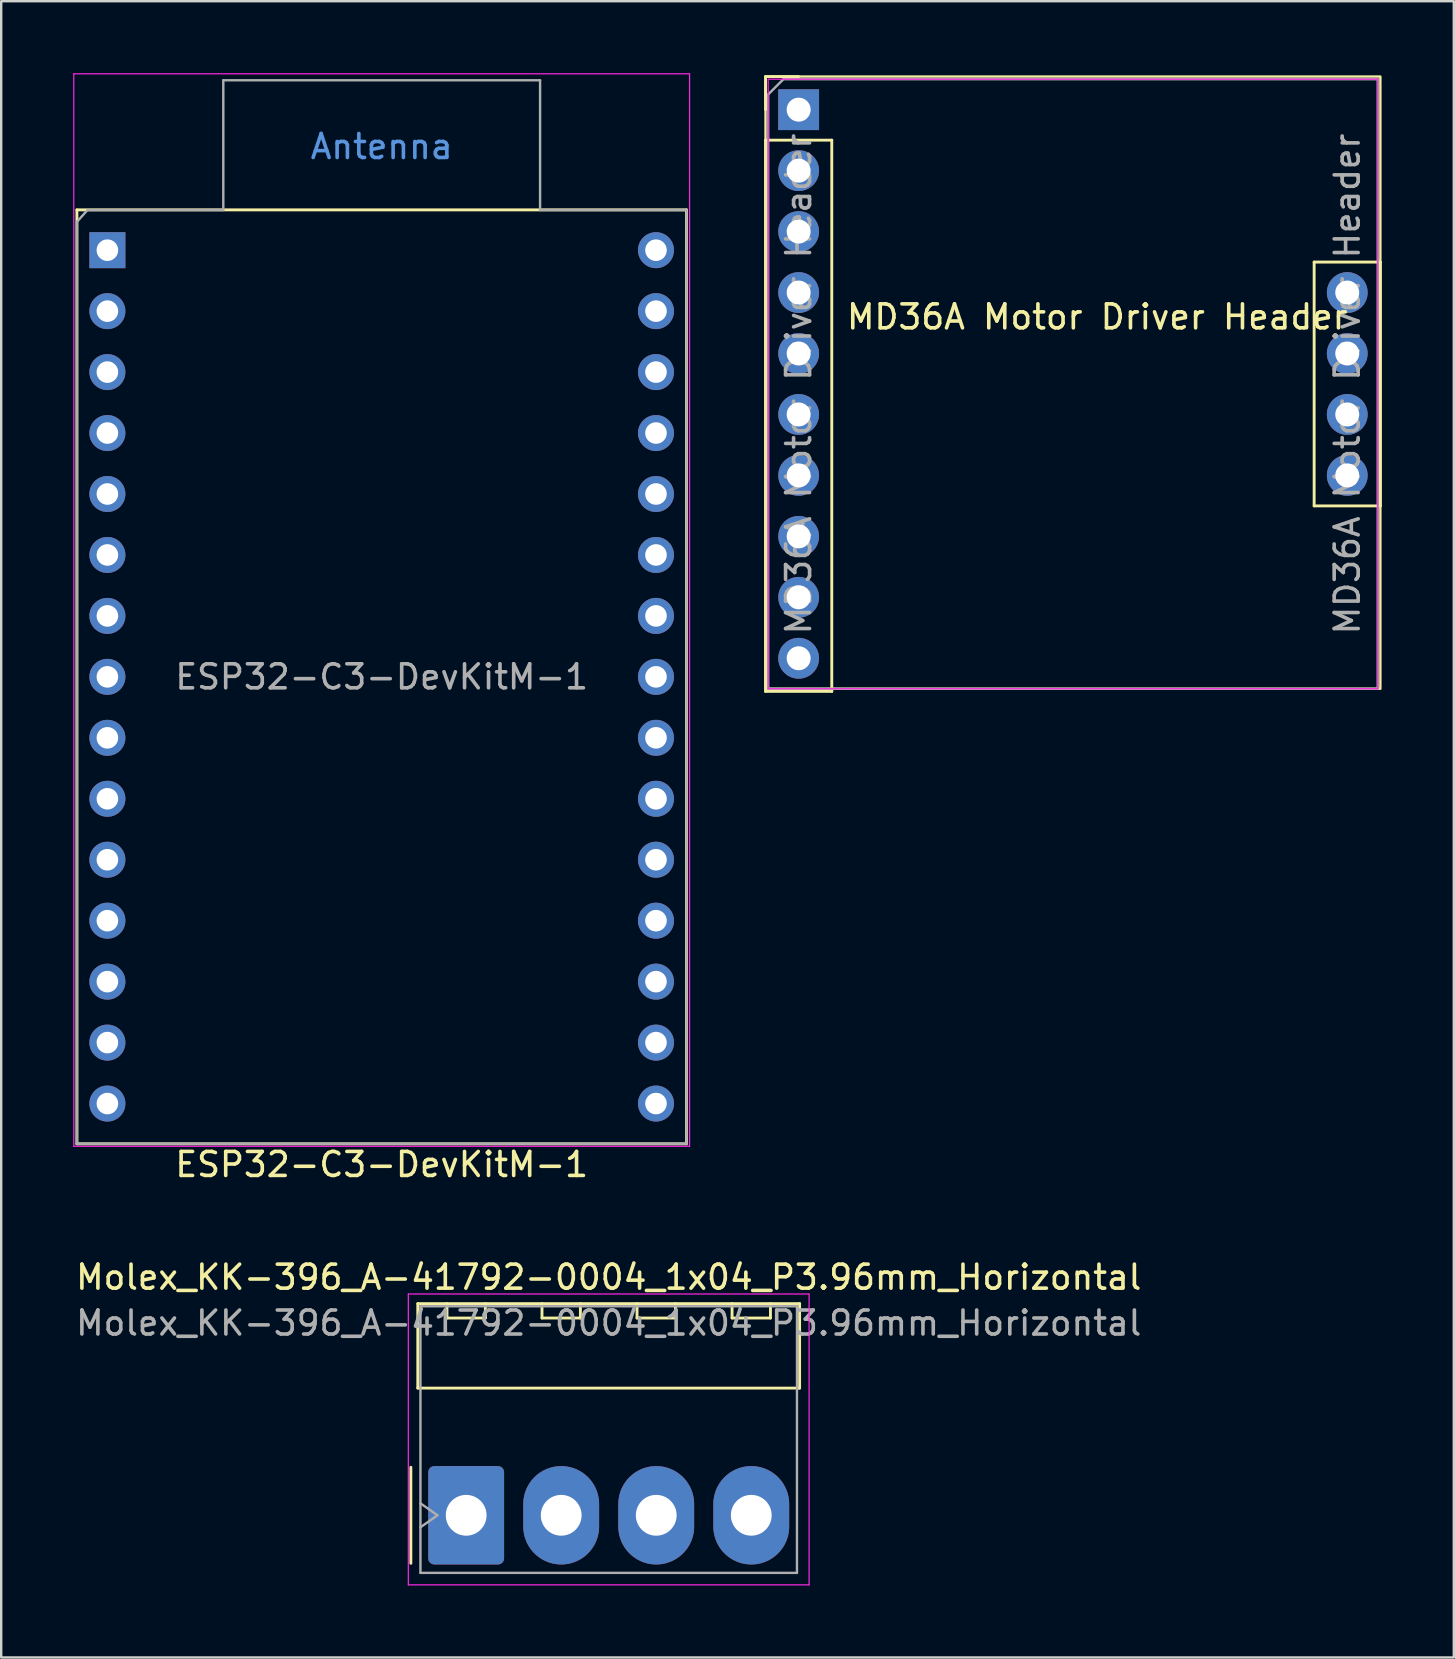
<source format=kicad_pcb>
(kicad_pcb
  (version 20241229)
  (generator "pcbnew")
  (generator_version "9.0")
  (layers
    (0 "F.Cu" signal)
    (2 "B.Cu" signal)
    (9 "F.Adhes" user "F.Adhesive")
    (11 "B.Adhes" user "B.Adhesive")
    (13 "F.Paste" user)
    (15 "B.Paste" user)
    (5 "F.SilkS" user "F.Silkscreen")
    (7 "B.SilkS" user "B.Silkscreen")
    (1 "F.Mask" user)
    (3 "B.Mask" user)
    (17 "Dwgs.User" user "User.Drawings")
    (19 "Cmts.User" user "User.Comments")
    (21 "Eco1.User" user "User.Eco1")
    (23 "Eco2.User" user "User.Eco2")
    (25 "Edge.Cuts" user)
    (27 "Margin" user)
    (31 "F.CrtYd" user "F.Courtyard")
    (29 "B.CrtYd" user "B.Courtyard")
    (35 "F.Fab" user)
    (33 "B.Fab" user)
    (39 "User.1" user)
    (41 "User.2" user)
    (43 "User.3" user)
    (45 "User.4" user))
  (footprint "Molex_KK-396_A-41792-0004_1x04_P3.96mm_Horizontal"
    (layer "F.Cu")
    (at 16.375 60.092)
    (property "Reference" "Molex_KK-396_A-41792-0004_1x04_P3.96mm_Horizontal" (at 5.94 -9.92 180) (layer "F.SilkS") (effects (font (size 1 1) (thickness 0.15))))
    (attr through_hole)
    (fp_line (start -2.305 -2) (end -2.305 2) (stroke (width 0.12) (type solid)) (layer "F.SilkS"))
    (fp_line (start -2.015 -8.82) (end 13.895 -8.82) (stroke (width 0.12) (type solid)) (layer "F.SilkS"))
    (fp_line (start -2.015 -5.3) (end -2.015 -8.82) (stroke (width 0.12) (type solid)) (layer "F.SilkS"))
    (fp_line (start -0.8 -8.82) (end -0.8 -8.22) (stroke (width 0.12) (type solid)) (layer "F.SilkS"))
    (fp_line (start -0.8 -8.22) (end 0.8 -8.22) (stroke (width 0.12) (type solid)) (layer "F.SilkS"))
    (fp_line (start 0.8 -8.22) (end 0.8 -8.82) (stroke (width 0.12) (type solid)) (layer "F.SilkS"))
    (fp_line (start 3.16 -8.82) (end 3.16 -8.22) (stroke (width 0.12) (type solid)) (layer "F.SilkS"))
    (fp_line (start 3.16 -8.22) (end 4.76 -8.22) (stroke (width 0.12) (type solid)) (layer "F.SilkS"))
    (fp_line (start 4.76 -8.22) (end 4.76 -8.82) (stroke (width 0.12) (type solid)) (layer "F.SilkS"))
    (fp_line (start 7.12 -8.82) (end 7.12 -8.22) (stroke (width 0.12) (type solid)) (layer "F.SilkS"))
    (fp_line (start 7.12 -8.22) (end 8.72 -8.22) (stroke (width 0.12) (type solid)) (layer "F.SilkS"))
    (fp_line (start 8.72 -8.22) (end 8.72 -8.82) (stroke (width 0.12) (type solid)) (layer "F.SilkS"))
    (fp_line (start 11.08 -8.82) (end 11.08 -8.22) (stroke (width 0.12) (type solid)) (layer "F.SilkS"))
    (fp_line (start 11.08 -8.22) (end 12.68 -8.22) (stroke (width 0.12) (type solid)) (layer "F.SilkS"))
    (fp_line (start 12.68 -8.22) (end 12.68 -8.82) (stroke (width 0.12) (type solid)) (layer "F.SilkS"))
    (fp_line (start 13.895 -8.82) (end 13.895 -5.3) (stroke (width 0.12) (type solid)) (layer "F.SilkS"))
    (fp_line (start 13.895 -5.3) (end -2.015 -5.3) (stroke (width 0.12) (type solid)) (layer "F.SilkS"))
    (fp_line (start -2.41 -9.22) (end -2.41 2.9) (stroke (width 0.05) (type solid)) (layer "F.CrtYd"))
    (fp_line (start -2.41 2.9) (end 14.29 2.9) (stroke (width 0.05) (type solid)) (layer "F.CrtYd"))
    (fp_line (start 14.29 -9.22) (end -2.41 -9.22) (stroke (width 0.05) (type solid)) (layer "F.CrtYd"))
    (fp_line (start 14.29 2.9) (end 14.29 -9.22) (stroke (width 0.05) (type solid)) (layer "F.CrtYd"))
    (fp_line (start -1.905 -8.71) (end 13.785 -8.71) (stroke (width 0.1) (type solid)) (layer "F.Fab"))
    (fp_line (start -1.905 -0.5) (end -1.198 0) (stroke (width 0.1) (type solid)) (layer "F.Fab"))
    (fp_line (start -1.905 2.4) (end -1.905 -8.71) (stroke (width 0.1) (type solid)) (layer "F.Fab"))
    (fp_line (start -1.198 0) (end -1.905 0.5) (stroke (width 0.1) (type solid)) (layer "F.Fab"))
    (fp_line (start 13.785 -8.71) (end 13.785 2.4) (stroke (width 0.1) (type solid)) (layer "F.Fab"))
    (fp_line (start 13.785 2.4) (end -1.905 2.4) (stroke (width 0.1) (type solid)) (layer "F.Fab"))
    (fp_text user "${REFERENCE}" (at 5.94 -8.01 180) (layer "F.Fab") (effects (font (size 1 1) (thickness 0.15))))
    (pad "1" thru_hole roundrect (at 0 0) (size 3.16 4.1) (drill 1.7) (layers "*.Cu" "*.Mask") (roundrect_rratio 0.079))
    (pad "2" thru_hole oval (at 3.96 0) (size 3.16 4.1) (drill 1.7) (layers "*.Cu" "*.Mask"))
    (pad "3" thru_hole oval (at 7.92 0) (size 3.16 4.1) (drill 1.7) (layers "*.Cu" "*.Mask"))
    (pad "4" thru_hole oval (at 11.88 0) (size 3.16 4.1) (drill 1.7) (layers "*.Cu" "*.Mask")))
  (footprint "ESP32-C3-DevKitM-1"
    (layer "F.Cu")
    (at 1.425 7.375)
    (property "Reference" "ESP32-C3-DevKitM-1" (at 11.43 38.1 0) (unlocked yes) (layer "F.SilkS") (effects (font (size 1 1) (thickness 0.15))))
    (attr through_hole)
    (fp_line (start -1.27 -1.68) (end 24.13 -1.68) (stroke (width 0.12) (type solid)) (layer "F.SilkS"))
    (fp_line (start -1.27 37.24) (end -1.27 -1.68) (stroke (width 0.12) (type solid)) (layer "F.SilkS"))
    (fp_line (start 24.13 -1.68) (end 24.13 37.24) (stroke (width 0.12) (type solid)) (layer "F.SilkS"))
    (fp_line (start 24.13 37.24) (end -1.27 37.24) (stroke (width 0.12) (type solid)) (layer "F.SilkS"))
    (fp_line (start -1.4 -7.35) (end -1.4 37.34) (stroke (width 0.05) (type solid)) (layer "F.CrtYd"))
    (fp_line (start -1.4 37.34) (end 24.26 37.34) (stroke (width 0.05) (type solid)) (layer "F.CrtYd"))
    (fp_line (start 24.26 -7.35) (end -1.4 -7.35) (stroke (width 0.05) (type solid)) (layer "F.CrtYd"))
    (fp_line (start 24.26 37.34) (end 24.26 -7.35) (stroke (width 0.05) (type solid)) (layer "F.CrtYd"))
    (fp_line (start -1.27 -1.18) (end -1.27 37.235) (stroke (width 0.1) (type solid)) (layer "F.Fab"))
    (fp_line (start -1.27 -1.18) (end -0.83 -1.675) (stroke (width 0.1) (type solid)) (layer "F.Fab"))
    (fp_line (start -1.27 37.235) (end 24.13 37.235) (stroke (width 0.1) (type solid)) (layer "F.Fab"))
    (fp_line (start 4.83 -7.08) (end 18.03 -7.08) (stroke (width 0.1) (type solid)) (layer "F.Fab"))
    (fp_line (start 4.83 -1.675) (end -0.83 -1.675) (stroke (width 0.1) (type solid)) (layer "F.Fab"))
    (fp_line (start 4.83 -1.675) (end 4.83 -7.08) (stroke (width 0.1) (type solid)) (layer "F.Fab"))
    (fp_line (start 18.03 -7.08) (end 18.03 -1.675) (stroke (width 0.1) (type solid)) (layer "F.Fab"))
    (fp_line (start 18.03 -1.675) (end 24.13 -1.675) (stroke (width 0.1) (type solid)) (layer "F.Fab"))
    (fp_line (start 24.13 37.235) (end 24.13 -1.675) (stroke (width 0.1) (type solid)) (layer "F.Fab"))
    (fp_text user "Antenna" (at 11.43 -4.318 0) (unlocked yes) (layer "Cmts.User") (effects (font (size 1 1) (thickness 0.15))))
    (fp_text user "${REFERENCE}" (at 11.43 17.78 0) (unlocked yes) (layer "F.Fab") (effects (font (size 1 1) (thickness 0.15))))
    (pad "1" thru_hole rect (at 0 0) (size 1.5 1.5) (drill 0.9) (layers "*.Cu" "*.Mask") (remove_unused_layers yes) (keep_end_layers yes) (zone_layer_connections))
    (pad "2" thru_hole circle (at 0 2.54) (size 1.5 1.5) (drill 0.9) (layers "*.Cu" "*.Mask") (remove_unused_layers yes) (keep_end_layers yes) (zone_layer_connections))
    (pad "3" thru_hole circle (at 0 5.08) (size 1.5 1.5) (drill 0.9) (layers "*.Cu" "*.Mask") (remove_unused_layers yes) (keep_end_layers yes) (zone_layer_connections))
    (pad "4" thru_hole circle (at 0 7.62) (size 1.5 1.5) (drill 0.9) (layers "*.Cu" "*.Mask") (remove_unused_layers yes) (keep_end_layers yes) (zone_layer_connections))
    (pad "5" thru_hole circle (at 0 10.16) (size 1.5 1.5) (drill 0.9) (layers "*.Cu" "*.Mask") (remove_unused_layers yes) (keep_end_layers yes) (zone_layer_connections))
    (pad "6" thru_hole circle (at 0 12.7) (size 1.5 1.5) (drill 0.9) (layers "*.Cu" "*.Mask") (remove_unused_layers yes) (keep_end_layers yes) (zone_layer_connections))
    (pad "7" thru_hole circle (at 0 15.24) (size 1.5 1.5) (drill 0.9) (layers "*.Cu" "*.Mask") (remove_unused_layers yes) (keep_end_layers yes) (zone_layer_connections))
    (pad "8" thru_hole circle (at 0 17.78) (size 1.5 1.5) (drill 0.9) (layers "*.Cu" "*.Mask") (remove_unused_layers yes) (keep_end_layers yes) (zone_layer_connections))
    (pad "9" thru_hole circle (at 0 20.32) (size 1.5 1.5) (drill 0.9) (layers "*.Cu" "*.Mask") (remove_unused_layers yes) (keep_end_layers yes) (zone_layer_connections))
    (pad "10" thru_hole circle (at 0 22.86) (size 1.5 1.5) (drill 0.9) (layers "*.Cu" "*.Mask") (remove_unused_layers yes) (keep_end_layers yes) (zone_layer_connections))
    (pad "11" thru_hole circle (at 0 25.4) (size 1.5 1.5) (drill 0.9) (layers "*.Cu" "*.Mask") (remove_unused_layers yes) (keep_end_layers yes) (zone_layer_connections))
    (pad "12" thru_hole circle (at 0 27.94) (size 1.5 1.5) (drill 0.9) (layers "*.Cu" "*.Mask") (remove_unused_layers yes) (keep_end_layers yes) (zone_layer_connections))
    (pad "13" thru_hole circle (at 0 30.48) (size 1.5 1.5) (drill 0.9) (layers "*.Cu" "*.Mask") (remove_unused_layers yes) (keep_end_layers yes) (zone_layer_connections))
    (pad "14" thru_hole circle (at 0 33.02) (size 1.5 1.5) (drill 0.9) (layers "*.Cu" "*.Mask") (remove_unused_layers yes) (keep_end_layers yes) (zone_layer_connections))
    (pad "15" thru_hole circle (at 0 35.56) (size 1.5 1.5) (drill 0.9) (layers "*.Cu" "*.Mask") (remove_unused_layers yes) (keep_end_layers yes) (zone_layer_connections))
    (pad "16" thru_hole circle (at 22.86 35.56) (size 1.5 1.5) (drill 0.9) (layers "*.Cu" "*.Mask") (remove_unused_layers yes) (keep_end_layers yes) (zone_layer_connections))
    (pad "17" thru_hole circle (at 22.86 33.02) (size 1.5 1.5) (drill 0.9) (layers "*.Cu" "*.Mask") (remove_unused_layers yes) (keep_end_layers yes) (zone_layer_connections))
    (pad "18" thru_hole circle (at 22.86 30.48) (size 1.5 1.5) (drill 0.9) (layers "*.Cu" "*.Mask") (remove_unused_layers yes) (keep_end_layers yes) (zone_layer_connections))
    (pad "19" thru_hole circle (at 22.86 27.94) (size 1.5 1.5) (drill 0.9) (layers "*.Cu" "*.Mask") (remove_unused_layers yes) (keep_end_layers yes) (zone_layer_connections))
    (pad "20" thru_hole circle (at 22.86 25.4) (size 1.5 1.5) (drill 0.9) (layers "*.Cu" "*.Mask") (remove_unused_layers yes) (keep_end_layers yes) (zone_layer_connections))
    (pad "21" thru_hole circle (at 22.86 22.86) (size 1.5 1.5) (drill 0.9) (layers "*.Cu" "*.Mask") (remove_unused_layers yes) (keep_end_layers yes) (zone_layer_connections))
    (pad "22" thru_hole circle (at 22.86 20.32) (size 1.5 1.5) (drill 0.9) (layers "*.Cu" "*.Mask") (remove_unused_layers yes) (keep_end_layers yes) (zone_layer_connections))
    (pad "23" thru_hole circle (at 22.86 17.78) (size 1.5 1.5) (drill 0.9) (layers "*.Cu" "*.Mask") (remove_unused_layers yes) (keep_end_layers yes) (zone_layer_connections))
    (pad "24" thru_hole circle (at 22.86 15.24) (size 1.5 1.5) (drill 0.9) (layers "*.Cu" "*.Mask") (remove_unused_layers yes) (keep_end_layers yes) (zone_layer_connections))
    (pad "25" thru_hole circle (at 22.86 12.7) (size 1.5 1.5) (drill 0.9) (layers "*.Cu" "*.Mask") (remove_unused_layers yes) (keep_end_layers yes) (zone_layer_connections))
    (pad "26" thru_hole circle (at 22.86 10.16) (size 1.5 1.5) (drill 0.9) (layers "*.Cu" "*.Mask") (remove_unused_layers yes) (keep_end_layers yes) (zone_layer_connections))
    (pad "27" thru_hole circle (at 22.86 7.62) (size 1.5 1.5) (drill 0.9) (layers "*.Cu" "*.Mask") (remove_unused_layers yes) (keep_end_layers yes) (zone_layer_connections))
    (pad "28" thru_hole circle (at 22.86 5.08) (size 1.5 1.5) (drill 0.9) (layers "*.Cu" "*.Mask") (remove_unused_layers yes) (keep_end_layers yes) (zone_layer_connections))
    (pad "29" thru_hole circle (at 22.86 2.54) (size 1.5 1.5) (drill 0.9) (layers "*.Cu" "*.Mask") (remove_unused_layers yes) (keep_end_layers yes) (zone_layer_connections))
    (pad "30" thru_hole circle (at 22.86 0) (size 1.5 1.5) (drill 0.9) (layers "*.Cu" "*.Mask") (remove_unused_layers yes) (keep_end_layers yes) (zone_layer_connections)))
  (footprint "MD36A Motor Driver Header"
    (layer "F.Cu")
    (at 28.96 0.25)
    (property "Reference" "MD36A Motor Driver Header" (at 13.716 9.906 180) (layer "F.SilkS") (effects (font (size 1 1) (thickness 0.15))))
    (attr through_hole)
    (fp_line (start -0.11 -0.11) (end 1.27 -0.11) (stroke (width 0.12) (type solid)) (layer "F.SilkS"))
    (fp_line (start -0.11 1.27) (end -0.11 -0.11) (stroke (width 0.12) (type solid)) (layer "F.SilkS"))
    (fp_line (start -0.11 2.54) (end -0.11 25.51) (stroke (width 0.12) (type solid)) (layer "F.SilkS"))
    (fp_line (start -0.11 2.54) (end 2.65 2.54) (stroke (width 0.12) (type solid)) (layer "F.SilkS"))
    (fp_line (start -0.11 25.51) (end 2.65 25.51) (stroke (width 0.12) (type solid)) (layer "F.SilkS"))
    (fp_line (start 2.65 2.54) (end 2.65 25.51) (stroke (width 0.12) (type solid)) (layer "F.SilkS"))
    (fp_line (start 22.75 7.62) (end 22.75 17.78) (stroke (width 0.12) (type solid)) (layer "F.SilkS"))
    (fp_line (start 22.75 7.62) (end 25.51 7.62) (stroke (width 0.12) (type solid)) (layer "F.SilkS"))
    (fp_line (start 22.75 17.78) (end 25.51 17.78) (stroke (width 0.12) (type solid)) (layer "F.SilkS"))
    (fp_line (start 25.51 7.62) (end 25.51 17.78) (stroke (width 0.12) (type solid)) (layer "F.SilkS"))
    (fp_rect (start -0.11 -0.11) (end 25.51 25.4) (stroke (width 0.1) (type default)) (fill no) (layer "F.SilkS"))
    (fp_line (start 0 0) (end 0 25.4) (stroke (width 0.05) (type solid)) (layer "F.CrtYd"))
    (fp_line (start 0 25.4) (end 25.4 25.4) (stroke (width 0.05) (type solid)) (layer "F.CrtYd"))
    (fp_line (start 25.4 0) (end 0 0) (stroke (width 0.05) (type solid)) (layer "F.CrtYd"))
    (fp_line (start 25.4 25.4) (end 25.4 0) (stroke (width 0.05) (type solid)) (layer "F.CrtYd"))
    (fp_line (start 0 0.635) (end 0.635 0) (stroke (width 0.1) (type solid)) (layer "F.Fab"))
    (fp_line (start 0 25.4) (end 0 0.635) (stroke (width 0.1) (type solid)) (layer "F.Fab"))
    (fp_line (start 0.635 0) (end 25.4 0) (stroke (width 0.1) (type solid)) (layer "F.Fab"))
    (fp_line (start 25.4 0) (end 25.4 25.4) (stroke (width 0.1) (type solid)) (layer "F.Fab"))
    (fp_line (start 25.4 25.4) (end 0 25.4) (stroke (width 0.1) (type solid)) (layer "F.Fab"))
    (fp_text user "${REFERENCE}" (at 24.13 12.7 90) (layer "F.Fab") (effects (font (size 1 1) (thickness 0.15))))
    (fp_text user "${REFERENCE}" (at 1.27 12.7 90) (layer "F.Fab") (effects (font (size 1 1) (thickness 0.15))))
    (pad "1" thru_hole rect (at 1.27 1.27) (size 1.7 1.7) (drill 1) (layers "*.Cu" "*.Mask"))
    (pad "2" thru_hole circle (at 1.27 3.81) (size 1.7 1.7) (drill 1) (layers "*.Cu" "*.Mask"))
    (pad "3" thru_hole circle (at 1.27 6.35) (size 1.7 1.7) (drill 1) (layers "*.Cu" "*.Mask"))
    (pad "4" thru_hole circle (at 1.27 8.89) (size 1.7 1.7) (drill 1) (layers "*.Cu" "*.Mask"))
    (pad "5" thru_hole circle (at 1.27 11.43) (size 1.7 1.7) (drill 1) (layers "*.Cu" "*.Mask"))
    (pad "6" thru_hole circle (at 1.27 13.97) (size 1.7 1.7) (drill 1) (layers "*.Cu" "*.Mask"))
    (pad "7" thru_hole circle (at 1.27 16.51) (size 1.7 1.7) (drill 1) (layers "*.Cu" "*.Mask"))
    (pad "8" thru_hole circle (at 1.27 19.05) (size 1.7 1.7) (drill 1) (layers "*.Cu" "*.Mask"))
    (pad "9" thru_hole circle (at 1.27 21.59) (size 1.7 1.7) (drill 1) (layers "*.Cu" "*.Mask"))
    (pad "10" thru_hole circle (at 1.27 24.13) (size 1.7 1.7) (drill 1) (layers "*.Cu" "*.Mask"))
    (pad "11" thru_hole circle (at 24.13 8.89) (size 1.7 1.7) (drill 1) (layers "*.Cu" "*.Mask"))
    (pad "12" thru_hole circle (at 24.13 11.43) (size 1.7 1.7) (drill 1) (layers "*.Cu" "*.Mask"))
    (pad "13" thru_hole circle (at 24.13 13.97) (size 1.7 1.7) (drill 1) (layers "*.Cu" "*.Mask"))
    (pad "14" thru_hole circle (at 24.13 16.51) (size 1.7 1.7) (drill 1) (layers "*.Cu" "*.Mask")))
  (gr_rect
    (start -3 -3)
    (end 57.53 66.016)
    (stroke (width 0.1) (type default))
    (fill no)
    (layer "Edge.Cuts")))
</source>
